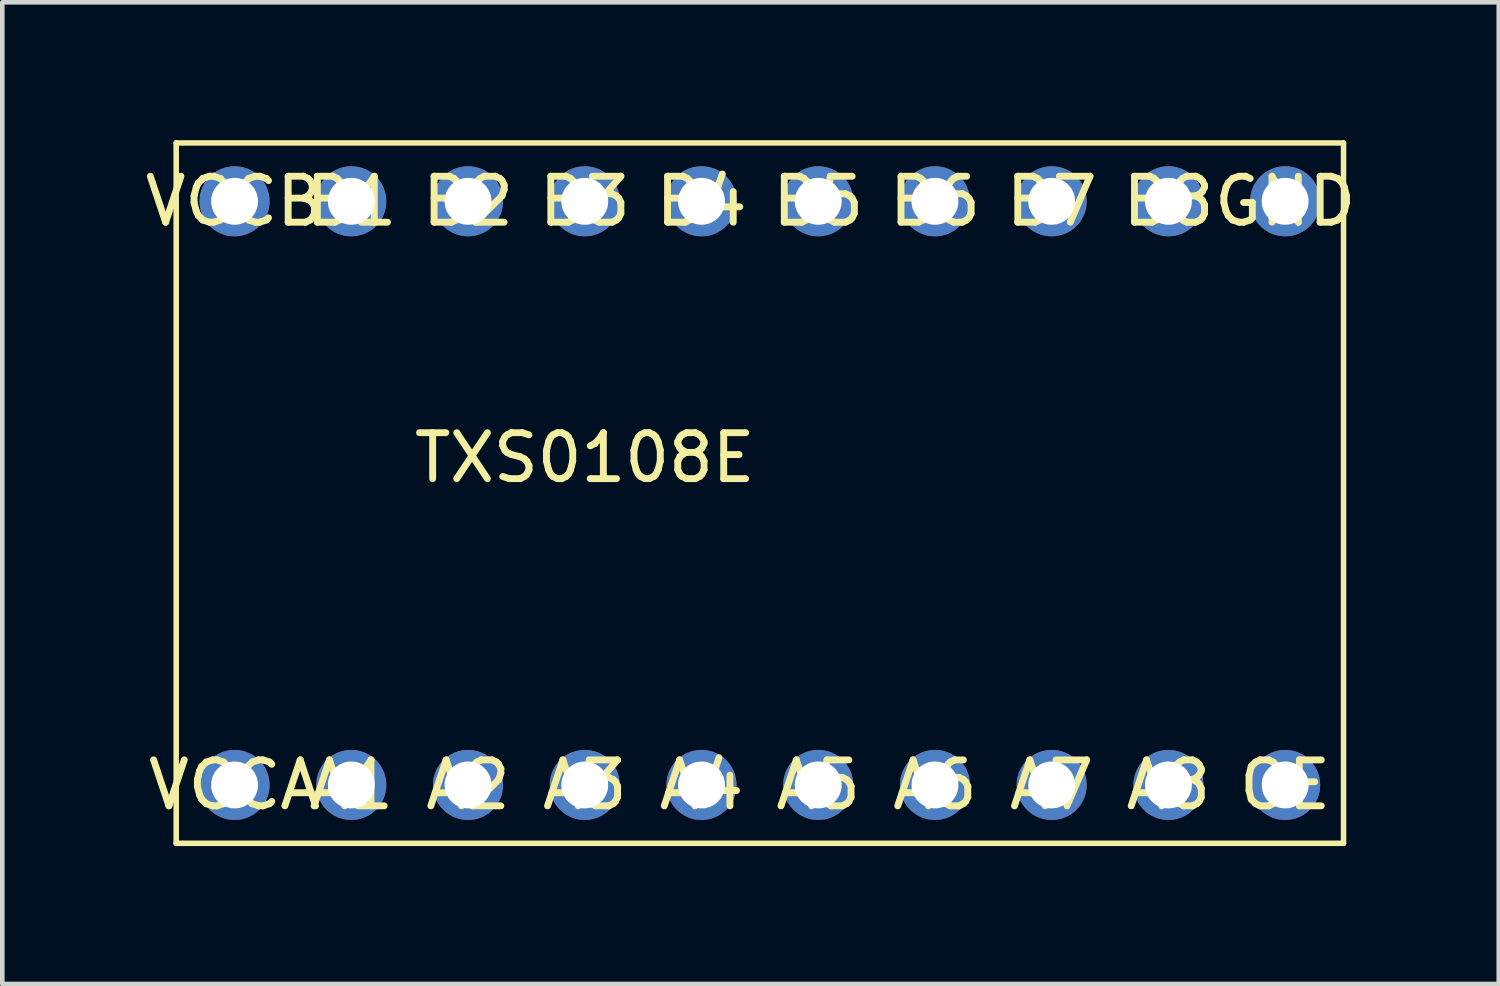
<source format=kicad_pcb>
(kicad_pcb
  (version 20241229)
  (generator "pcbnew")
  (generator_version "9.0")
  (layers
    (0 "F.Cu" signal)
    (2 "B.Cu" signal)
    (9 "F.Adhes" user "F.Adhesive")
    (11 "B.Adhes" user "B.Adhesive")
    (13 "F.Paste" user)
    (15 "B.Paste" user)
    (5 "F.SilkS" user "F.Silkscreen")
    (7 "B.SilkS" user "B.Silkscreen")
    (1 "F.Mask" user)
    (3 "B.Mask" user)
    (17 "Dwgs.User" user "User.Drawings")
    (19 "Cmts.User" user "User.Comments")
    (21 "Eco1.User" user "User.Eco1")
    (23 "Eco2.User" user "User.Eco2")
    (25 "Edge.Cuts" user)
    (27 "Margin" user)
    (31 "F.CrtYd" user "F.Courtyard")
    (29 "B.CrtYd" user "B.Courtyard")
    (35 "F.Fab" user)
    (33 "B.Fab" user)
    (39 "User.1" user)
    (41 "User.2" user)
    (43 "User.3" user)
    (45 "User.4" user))
  (footprint "TXS0108E"
    (layer "F.Cu")
    (at 9.674 6.41)
    (property "Reference" "TXS0108E" (at 0 0.5 0) (layer "F.SilkS") (effects (font (size 1 1) (thickness 0.15))))
    (attr through_hole)
    (fp_line (start -8.89 -6.35) (end -8.89 8.89) (stroke (width 0.12) (type solid)) (layer "F.SilkS"))
    (fp_line (start -8.89 8.89) (end 16.51 8.89) (stroke (width 0.12) (type solid)) (layer "F.SilkS"))
    (fp_line (start 16.51 -6.35) (end -8.89 -6.35) (stroke (width 0.12) (type solid)) (layer "F.SilkS"))
    (fp_line (start 16.51 8.89) (end 16.51 -6.35) (stroke (width 0.12) (type solid)) (layer "F.SilkS"))
    (fp_text user "A6" (at 7.62 7.62 0) (layer "F.SilkS") (effects (font (size 1 1) (thickness 0.15))))
    (fp_text user "OE" (at 15.24 7.62 0) (layer "F.SilkS") (effects (font (size 1 1) (thickness 0.15))))
    (fp_text user "A8" (at 12.7 7.62 0) (layer "F.SilkS") (effects (font (size 1 1) (thickness 0.15))))
    (fp_text user "B4" (at 2.54 -5.08 0) (layer "F.SilkS") (effects (font (size 1 1) (thickness 0.15))))
    (fp_text user "A1" (at -5.08 7.62 0) (layer "F.SilkS") (effects (font (size 1 1) (thickness 0.15))))
    (fp_text user "GND" (at 15.24 -5.08 0) (layer "F.SilkS") (effects (font (size 1 1) (thickness 0.15))))
    (fp_text user "A5" (at 5.08 7.62 0) (layer "F.SilkS") (effects (font (size 1 1) (thickness 0.15))))
    (fp_text user "VCCB" (at -7.62 -5.08 0) (layer "F.SilkS") (effects (font (size 1 1) (thickness 0.15))))
    (fp_text user "B6" (at 7.62 -5.08 0) (layer "F.SilkS") (effects (font (size 1 1) (thickness 0.15))))
    (fp_text user "A7" (at 10.16 7.62 0) (layer "F.SilkS") (effects (font (size 1 1) (thickness 0.15))))
    (fp_text user "B7" (at 10.16 -5.08 0) (layer "F.SilkS") (effects (font (size 1 1) (thickness 0.15))))
    (fp_text user "VCCA" (at -7.62 7.62 0) (layer "F.SilkS") (effects (font (size 1 1) (thickness 0.15))))
    (fp_text user "B1" (at -5.08 -5.08 0) (layer "F.SilkS") (effects (font (size 1 1) (thickness 0.15))))
    (fp_text user "B8" (at 12.7 -5.08 0) (layer "F.SilkS") (effects (font (size 1 1) (thickness 0.15))))
    (fp_text user "A4" (at 2.54 7.62 0) (layer "F.SilkS") (effects (font (size 1 1) (thickness 0.15))))
    (fp_text user "B5" (at 5.08 -5.08 0) (layer "F.SilkS") (effects (font (size 1 1) (thickness 0.15))))
    (fp_text user "A2" (at -2.54 7.62 0) (layer "F.SilkS") (effects (font (size 1 1) (thickness 0.15))))
    (fp_text user "B2" (at -2.54 -5.08 0) (layer "F.SilkS") (effects (font (size 1 1) (thickness 0.15))))
    (fp_text user "B3" (at 0 -5.08 0) (layer "F.SilkS") (effects (font (size 1 1) (thickness 0.15))))
    (fp_text user "A3" (at 0 7.62 0) (layer "F.SilkS") (effects (font (size 1 1) (thickness 0.15))))
    (pad "1" thru_hole circle (at -7.62 -5.08) (size 1.524 1.524) (drill 1.02) (layers "*.Cu" "*.Mask"))
    (pad "2" thru_hole circle (at -5.08 -5.08) (size 1.524 1.524) (drill 1.02) (layers "*.Cu" "*.Mask"))
    (pad "3" thru_hole circle (at -2.54 -5.08) (size 1.524 1.524) (drill 1.02) (layers "*.Cu" "*.Mask"))
    (pad "4" thru_hole circle (at 0 -5.08) (size 1.524 1.524) (drill 1.02) (layers "*.Cu" "*.Mask"))
    (pad "5" thru_hole circle (at 2.54 -5.08) (size 1.524 1.524) (drill 1.02) (layers "*.Cu" "*.Mask"))
    (pad "6" thru_hole circle (at 5.08 -5.08) (size 1.524 1.524) (drill 1.02) (layers "*.Cu" "*.Mask"))
    (pad "7" thru_hole circle (at 7.62 -5.08 90) (size 1.524 1.524) (drill 1.02) (layers "*.Cu" "*.Mask"))
    (pad "8" thru_hole circle (at 10.16 -5.08 90) (size 1.524 1.524) (drill 1.02) (layers "*.Cu" "*.Mask"))
    (pad "9" thru_hole circle (at 12.7 -5.08 90) (size 1.524 1.524) (drill 1.02) (layers "*.Cu" "*.Mask"))
    (pad "10" thru_hole circle (at 15.24 -5.08 90) (size 1.524 1.524) (drill 1.02) (layers "*.Cu" "*.Mask"))
    (pad "11" thru_hole circle (at 15.24 7.62 90) (size 1.524 1.524) (drill 1.02) (layers "*.Cu" "*.Mask"))
    (pad "12" thru_hole circle (at 12.7 7.62 90) (size 1.524 1.524) (drill 1.02) (layers "*.Cu" "*.Mask"))
    (pad "13" thru_hole circle (at 10.16 7.62 90) (size 1.524 1.524) (drill 1.02) (layers "*.Cu" "*.Mask"))
    (pad "15" thru_hole circle (at 7.62 7.62 90) (size 1.524 1.524) (drill 1.02) (layers "*.Cu" "*.Mask"))
    (pad "16" thru_hole circle (at 5.08 7.62 90) (size 1.524 1.524) (drill 1.02) (layers "*.Cu" "*.Mask"))
    (pad "17" thru_hole circle (at 2.54 7.62 90) (size 1.524 1.524) (drill 1.02) (layers "*.Cu" "*.Mask"))
    (pad "18" thru_hole circle (at 0 7.62 90) (size 1.524 1.524) (drill 1.02) (layers "*.Cu" "*.Mask"))
    (pad "19" thru_hole circle (at -2.54 7.62 90) (size 1.524 1.524) (drill 1.02) (layers "*.Cu" "*.Mask"))
    (pad "20" thru_hole circle (at -5.08 7.62 90) (size 1.524 1.524) (drill 1.02) (layers "*.Cu" "*.Mask"))
    (pad "21" thru_hole circle (at -7.62 7.62 90) (size 1.524 1.524) (drill 1.02) (layers "*.Cu" "*.Mask")))
  (gr_rect
    (start -3 -3)
    (end 29.562 18.36)
    (stroke (width 0.1) (type default))
    (fill no)
    (layer "Edge.Cuts")))
</source>
